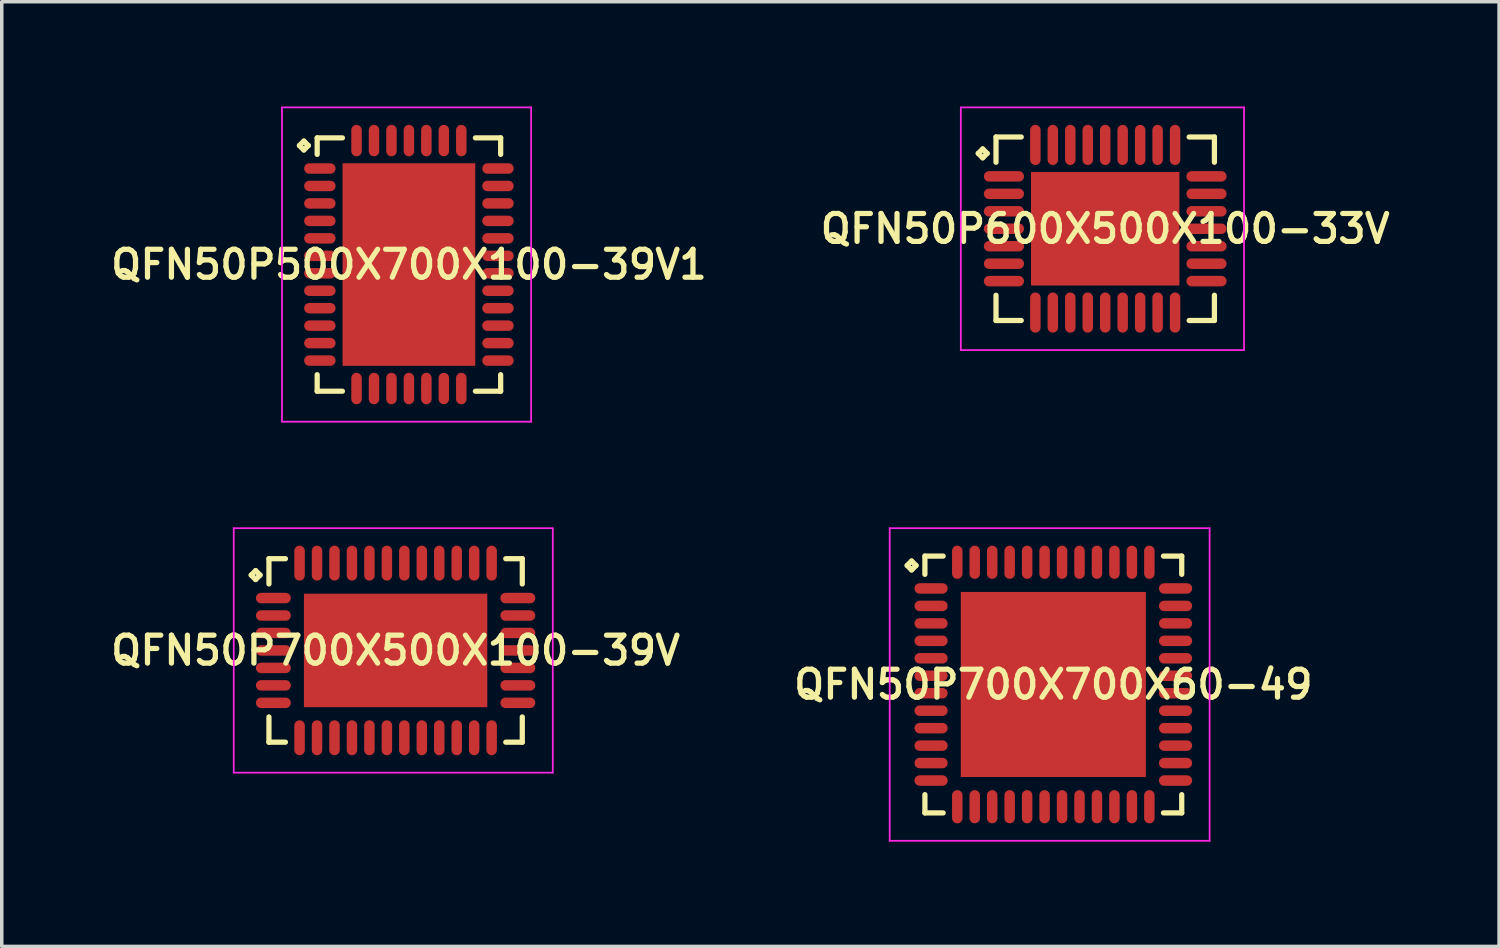
<source format=kicad_pcb>
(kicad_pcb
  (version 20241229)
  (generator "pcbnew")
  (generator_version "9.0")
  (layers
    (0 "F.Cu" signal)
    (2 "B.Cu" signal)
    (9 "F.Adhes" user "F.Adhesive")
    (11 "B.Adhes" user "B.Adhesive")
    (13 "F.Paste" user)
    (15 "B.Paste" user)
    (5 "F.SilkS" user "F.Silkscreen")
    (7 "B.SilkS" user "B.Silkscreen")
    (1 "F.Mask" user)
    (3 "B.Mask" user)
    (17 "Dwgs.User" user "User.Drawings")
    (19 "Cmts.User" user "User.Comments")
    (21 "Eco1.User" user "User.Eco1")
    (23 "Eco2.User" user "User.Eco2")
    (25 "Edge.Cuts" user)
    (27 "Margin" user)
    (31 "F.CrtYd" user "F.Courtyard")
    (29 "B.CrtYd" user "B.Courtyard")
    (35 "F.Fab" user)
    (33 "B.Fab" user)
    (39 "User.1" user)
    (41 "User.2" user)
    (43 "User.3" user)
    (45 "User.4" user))
  (footprint "QFN50P500X700X100-39V1"
    (layer "F.Cu")
    (at 8.659 4.525)
    (property "Reference" "QFN50P500X700X100-39V1" (at 0 0 0) (layer "F.SilkS") (effects (font (size 0.8 0.8) (thickness 0.15))))
    (attr smd)
    (fp_line (start -3.135 -3.408) (end -3.008 -3.535) (stroke (width 0.15) (type solid)) (layer "F.SilkS"))
    (fp_line (start -3.008 -3.535) (end -2.881 -3.408) (stroke (width 0.15) (type solid)) (layer "F.SilkS"))
    (fp_line (start -3.008 -3.281) (end -3.135 -3.408) (stroke (width 0.15) (type solid)) (layer "F.SilkS"))
    (fp_line (start -2.881 -3.408) (end -3.008 -3.281) (stroke (width 0.15) (type solid)) (layer "F.SilkS"))
    (fp_line (start -2.627 -3.627) (end -1.904 -3.627) (stroke (width 0.15) (type solid)) (layer "F.SilkS"))
    (fp_line (start -2.627 -3.154) (end -2.627 -3.627) (stroke (width 0.15) (type solid)) (layer "F.SilkS"))
    (fp_line (start -2.627 3.154) (end -2.627 3.627) (stroke (width 0.15) (type solid)) (layer "F.SilkS"))
    (fp_line (start -2.627 3.627) (end -1.904 3.627) (stroke (width 0.15) (type solid)) (layer "F.SilkS"))
    (fp_line (start 1.904 -3.627) (end 2.627 -3.627) (stroke (width 0.15) (type solid)) (layer "F.SilkS"))
    (fp_line (start 1.904 3.627) (end 2.627 3.627) (stroke (width 0.15) (type solid)) (layer "F.SilkS"))
    (fp_line (start 2.627 -3.627) (end 2.627 -3.154) (stroke (width 0.15) (type solid)) (layer "F.SilkS"))
    (fp_line (start 2.627 3.627) (end 2.627 3.154) (stroke (width 0.15) (type solid)) (layer "F.SilkS"))
    (fp_line (start -3.635 -4.5) (end 3.5 -4.5) (stroke (width 0.05) (type solid)) (layer "F.CrtYd"))
    (fp_line (start -3.635 4.5) (end -3.635 -4.5) (stroke (width 0.05) (type solid)) (layer "F.CrtYd"))
    (fp_line (start 3.5 -4.5) (end 3.5 4.5) (stroke (width 0.05) (type solid)) (layer "F.CrtYd"))
    (fp_line (start 3.5 4.5) (end -3.635 4.5) (stroke (width 0.05) (type solid)) (layer "F.CrtYd"))
    (pad "1" smd oval (at -2.55 -2.75) (size 0.9 0.3) (layers "F.Cu" "F.Mask" "F.Paste"))
    (pad "2" smd oval (at -2.55 -2.25) (size 0.9 0.3) (layers "F.Cu" "F.Mask" "F.Paste"))
    (pad "3" smd oval (at -2.55 -1.75) (size 0.9 0.3) (layers "F.Cu" "F.Mask" "F.Paste"))
    (pad "4" smd oval (at -2.55 -1.25) (size 0.9 0.3) (layers "F.Cu" "F.Mask" "F.Paste"))
    (pad "5" smd oval (at -2.55 -0.75) (size 0.9 0.3) (layers "F.Cu" "F.Mask" "F.Paste"))
    (pad "6" smd oval (at -2.55 -0.25) (size 0.9 0.3) (layers "F.Cu" "F.Mask" "F.Paste"))
    (pad "7" smd oval (at -2.55 0.25) (size 0.9 0.3) (layers "F.Cu" "F.Mask" "F.Paste"))
    (pad "8" smd oval (at -2.55 0.75) (size 0.9 0.3) (layers "F.Cu" "F.Mask" "F.Paste"))
    (pad "9" smd oval (at -2.55 1.25) (size 0.9 0.3) (layers "F.Cu" "F.Mask" "F.Paste"))
    (pad "10" smd oval (at -2.55 1.75) (size 0.9 0.3) (layers "F.Cu" "F.Mask" "F.Paste"))
    (pad "11" smd oval (at -2.55 2.25) (size 0.9 0.3) (layers "F.Cu" "F.Mask" "F.Paste"))
    (pad "12" smd oval (at -2.55 2.75) (size 0.9 0.3) (layers "F.Cu" "F.Mask" "F.Paste"))
    (pad "13" smd oval (at -1.5 3.55) (size 0.3 0.9) (layers "F.Cu" "F.Mask" "F.Paste"))
    (pad "14" smd oval (at -1 3.55) (size 0.3 0.9) (layers "F.Cu" "F.Mask" "F.Paste"))
    (pad "15" smd oval (at -0.5 3.55) (size 0.3 0.9) (layers "F.Cu" "F.Mask" "F.Paste"))
    (pad "16" smd oval (at 0 3.55) (size 0.3 0.9) (layers "F.Cu" "F.Mask" "F.Paste"))
    (pad "17" smd oval (at 0.5 3.55) (size 0.3 0.9) (layers "F.Cu" "F.Mask" "F.Paste"))
    (pad "18" smd oval (at 1 3.55) (size 0.3 0.9) (layers "F.Cu" "F.Mask" "F.Paste"))
    (pad "19" smd oval (at 1.5 3.55) (size 0.3 0.9) (layers "F.Cu" "F.Mask" "F.Paste"))
    (pad "20" smd oval (at 2.55 2.75) (size 0.9 0.3) (layers "F.Cu" "F.Mask" "F.Paste"))
    (pad "21" smd oval (at 2.55 2.25) (size 0.9 0.3) (layers "F.Cu" "F.Mask" "F.Paste"))
    (pad "22" smd oval (at 2.55 1.75) (size 0.9 0.3) (layers "F.Cu" "F.Mask" "F.Paste"))
    (pad "23" smd oval (at 2.55 1.25) (size 0.9 0.3) (layers "F.Cu" "F.Mask" "F.Paste"))
    (pad "24" smd oval (at 2.55 0.75) (size 0.9 0.3) (layers "F.Cu" "F.Mask" "F.Paste"))
    (pad "25" smd oval (at 2.55 0.25) (size 0.9 0.3) (layers "F.Cu" "F.Mask" "F.Paste"))
    (pad "26" smd oval (at 2.55 -0.25) (size 0.9 0.3) (layers "F.Cu" "F.Mask" "F.Paste"))
    (pad "27" smd oval (at 2.55 -0.75) (size 0.9 0.3) (layers "F.Cu" "F.Mask" "F.Paste"))
    (pad "28" smd oval (at 2.55 -1.25) (size 0.9 0.3) (layers "F.Cu" "F.Mask" "F.Paste"))
    (pad "29" smd oval (at 2.55 -1.75) (size 0.9 0.3) (layers "F.Cu" "F.Mask" "F.Paste"))
    (pad "30" smd oval (at 2.55 -2.25) (size 0.9 0.3) (layers "F.Cu" "F.Mask" "F.Paste"))
    (pad "31" smd oval (at 2.55 -2.75) (size 0.9 0.3) (layers "F.Cu" "F.Mask" "F.Paste"))
    (pad "32" smd oval (at 1.5 -3.55) (size 0.3 0.9) (layers "F.Cu" "F.Mask" "F.Paste"))
    (pad "33" smd oval (at 1 -3.55) (size 0.3 0.9) (layers "F.Cu" "F.Mask" "F.Paste"))
    (pad "34" smd oval (at 0.5 -3.55) (size 0.3 0.9) (layers "F.Cu" "F.Mask" "F.Paste"))
    (pad "35" smd oval (at 0 -3.55) (size 0.3 0.9) (layers "F.Cu" "F.Mask" "F.Paste"))
    (pad "36" smd oval (at -0.5 -3.55) (size 0.3 0.9) (layers "F.Cu" "F.Mask" "F.Paste"))
    (pad "37" smd oval (at -1 -3.55) (size 0.3 0.9) (layers "F.Cu" "F.Mask" "F.Paste"))
    (pad "38" smd oval (at -1.5 -3.55) (size 0.3 0.9) (layers "F.Cu" "F.Mask" "F.Paste"))
    (pad "39" smd rect (at 0 0) (size 3.8 5.8) (layers "F.Cu" "F.Mask" "F.Paste")))
  (footprint "QFN50P700X500X100-39V"
    (layer "F.Cu")
    (at 8.278 15.575)
    (property "Reference" "QFN50P700X500X100-39V" (at 0 0 0) (layer "F.SilkS") (effects (font (size 0.8 0.8) (thickness 0.15))))
    (attr smd)
    (fp_line (start -4.135 -2.158) (end -4.008 -2.285) (stroke (width 0.15) (type solid)) (layer "F.SilkS"))
    (fp_line (start -4.008 -2.285) (end -3.881 -2.158) (stroke (width 0.15) (type solid)) (layer "F.SilkS"))
    (fp_line (start -4.008 -2.031) (end -4.135 -2.158) (stroke (width 0.15) (type solid)) (layer "F.SilkS"))
    (fp_line (start -3.881 -2.158) (end -4.008 -2.031) (stroke (width 0.15) (type solid)) (layer "F.SilkS"))
    (fp_line (start -3.627 -2.627) (end -3.154 -2.627) (stroke (width 0.15) (type solid)) (layer "F.SilkS"))
    (fp_line (start -3.627 -1.904) (end -3.627 -2.627) (stroke (width 0.15) (type solid)) (layer "F.SilkS"))
    (fp_line (start -3.627 1.904) (end -3.627 2.627) (stroke (width 0.15) (type solid)) (layer "F.SilkS"))
    (fp_line (start -3.627 2.627) (end -3.154 2.627) (stroke (width 0.15) (type solid)) (layer "F.SilkS"))
    (fp_line (start 3.154 -2.627) (end 3.627 -2.627) (stroke (width 0.15) (type solid)) (layer "F.SilkS"))
    (fp_line (start 3.154 2.627) (end 3.627 2.627) (stroke (width 0.15) (type solid)) (layer "F.SilkS"))
    (fp_line (start 3.627 -2.627) (end 3.627 -1.904) (stroke (width 0.15) (type solid)) (layer "F.SilkS"))
    (fp_line (start 3.627 2.627) (end 3.627 1.904) (stroke (width 0.15) (type solid)) (layer "F.SilkS"))
    (fp_line (start -4.635 -3.5) (end 4.5 -3.5) (stroke (width 0.05) (type solid)) (layer "F.CrtYd"))
    (fp_line (start -4.635 3.5) (end -4.635 -3.5) (stroke (width 0.05) (type solid)) (layer "F.CrtYd"))
    (fp_line (start 4.5 -3.5) (end 4.5 3.5) (stroke (width 0.05) (type solid)) (layer "F.CrtYd"))
    (fp_line (start 4.5 3.5) (end -4.635 3.5) (stroke (width 0.05) (type solid)) (layer "F.CrtYd"))
    (pad "1" smd oval (at -3.5 -1.5) (size 1 0.3) (layers "F.Cu" "F.Mask" "F.Paste"))
    (pad "2" smd oval (at -3.5 -1) (size 1 0.3) (layers "F.Cu" "F.Mask" "F.Paste"))
    (pad "3" smd oval (at -3.5 -0.5) (size 1 0.3) (layers "F.Cu" "F.Mask" "F.Paste"))
    (pad "4" smd oval (at -3.5 0) (size 1 0.3) (layers "F.Cu" "F.Mask" "F.Paste"))
    (pad "5" smd oval (at -3.5 0.5) (size 1 0.3) (layers "F.Cu" "F.Mask" "F.Paste"))
    (pad "6" smd oval (at -3.5 1) (size 1 0.3) (layers "F.Cu" "F.Mask" "F.Paste"))
    (pad "7" smd oval (at -3.5 1.5) (size 1 0.3) (layers "F.Cu" "F.Mask" "F.Paste"))
    (pad "8" smd oval (at -2.75 2.5) (size 0.3 1) (layers "F.Cu" "F.Mask" "F.Paste"))
    (pad "9" smd oval (at -2.25 2.5) (size 0.3 1) (layers "F.Cu" "F.Mask" "F.Paste"))
    (pad "10" smd oval (at -1.75 2.5) (size 0.3 1) (layers "F.Cu" "F.Mask" "F.Paste"))
    (pad "11" smd oval (at -1.25 2.5) (size 0.3 1) (layers "F.Cu" "F.Mask" "F.Paste"))
    (pad "12" smd oval (at -0.75 2.5) (size 0.3 1) (layers "F.Cu" "F.Mask" "F.Paste"))
    (pad "13" smd oval (at -0.25 2.5) (size 0.3 1) (layers "F.Cu" "F.Mask" "F.Paste"))
    (pad "14" smd oval (at 0.25 2.5) (size 0.3 1) (layers "F.Cu" "F.Mask" "F.Paste"))
    (pad "15" smd oval (at 0.75 2.5) (size 0.3 1) (layers "F.Cu" "F.Mask" "F.Paste"))
    (pad "16" smd oval (at 1.25 2.5) (size 0.3 1) (layers "F.Cu" "F.Mask" "F.Paste"))
    (pad "17" smd oval (at 1.75 2.5) (size 0.3 1) (layers "F.Cu" "F.Mask" "F.Paste"))
    (pad "18" smd oval (at 2.25 2.5) (size 0.3 1) (layers "F.Cu" "F.Mask" "F.Paste"))
    (pad "19" smd oval (at 2.75 2.5) (size 0.3 1) (layers "F.Cu" "F.Mask" "F.Paste"))
    (pad "20" smd oval (at 3.5 1.5) (size 1 0.3) (layers "F.Cu" "F.Mask" "F.Paste"))
    (pad "21" smd oval (at 3.5 1) (size 1 0.3) (layers "F.Cu" "F.Mask" "F.Paste"))
    (pad "22" smd oval (at 3.5 0.5) (size 1 0.3) (layers "F.Cu" "F.Mask" "F.Paste"))
    (pad "23" smd oval (at 3.5 0) (size 1 0.3) (layers "F.Cu" "F.Mask" "F.Paste"))
    (pad "24" smd oval (at 3.5 -0.5) (size 1 0.3) (layers "F.Cu" "F.Mask" "F.Paste"))
    (pad "25" smd oval (at 3.5 -1) (size 1 0.3) (layers "F.Cu" "F.Mask" "F.Paste"))
    (pad "26" smd oval (at 3.5 -1.5) (size 1 0.3) (layers "F.Cu" "F.Mask" "F.Paste"))
    (pad "27" smd oval (at 2.75 -2.5) (size 0.3 1) (layers "F.Cu" "F.Mask" "F.Paste"))
    (pad "28" smd oval (at 2.25 -2.5) (size 0.3 1) (layers "F.Cu" "F.Mask" "F.Paste"))
    (pad "29" smd oval (at 1.75 -2.5) (size 0.3 1) (layers "F.Cu" "F.Mask" "F.Paste"))
    (pad "30" smd oval (at 1.25 -2.5) (size 0.3 1) (layers "F.Cu" "F.Mask" "F.Paste"))
    (pad "31" smd oval (at 0.75 -2.5) (size 0.3 1) (layers "F.Cu" "F.Mask" "F.Paste"))
    (pad "32" smd oval (at 0.25 -2.5) (size 0.3 1) (layers "F.Cu" "F.Mask" "F.Paste"))
    (pad "33" smd oval (at -0.25 -2.5) (size 0.3 1) (layers "F.Cu" "F.Mask" "F.Paste"))
    (pad "34" smd oval (at -0.75 -2.5) (size 0.3 1) (layers "F.Cu" "F.Mask" "F.Paste"))
    (pad "35" smd oval (at -1.25 -2.5) (size 0.3 1) (layers "F.Cu" "F.Mask" "F.Paste"))
    (pad "36" smd oval (at -1.75 -2.5) (size 0.3 1) (layers "F.Cu" "F.Mask" "F.Paste"))
    (pad "37" smd oval (at -2.25 -2.5) (size 0.3 1) (layers "F.Cu" "F.Mask" "F.Paste"))
    (pad "38" smd oval (at -2.75 -2.5) (size 0.3 1) (layers "F.Cu" "F.Mask" "F.Paste"))
    (pad "39" smd rect (at 0 0) (size 5.25 3.25) (layers "F.Cu" "F.Mask" "F.Paste")))
  (footprint "QFN50P600X500X100-33V"
    (layer "F.Cu")
    (at 28.597 3.5)
    (property "Reference" "QFN50P600X500X100-33V" (at 0 0 0) (layer "F.SilkS") (effects (font (size 0.8 0.8) (thickness 0.15))))
    (attr smd)
    (fp_line (start -3.635 -2.158) (end -3.508 -2.285) (stroke (width 0.15) (type solid)) (layer "F.SilkS"))
    (fp_line (start -3.508 -2.285) (end -3.381 -2.158) (stroke (width 0.15) (type solid)) (layer "F.SilkS"))
    (fp_line (start -3.508 -2.031) (end -3.635 -2.158) (stroke (width 0.15) (type solid)) (layer "F.SilkS"))
    (fp_line (start -3.381 -2.158) (end -3.508 -2.031) (stroke (width 0.15) (type solid)) (layer "F.SilkS"))
    (fp_line (start -3.127 -2.627) (end -2.404 -2.627) (stroke (width 0.15) (type solid)) (layer "F.SilkS"))
    (fp_line (start -3.127 -1.904) (end -3.127 -2.627) (stroke (width 0.15) (type solid)) (layer "F.SilkS"))
    (fp_line (start -3.127 1.904) (end -3.127 2.627) (stroke (width 0.15) (type solid)) (layer "F.SilkS"))
    (fp_line (start -3.127 2.627) (end -2.404 2.627) (stroke (width 0.15) (type solid)) (layer "F.SilkS"))
    (fp_line (start 2.404 -2.627) (end 3.127 -2.627) (stroke (width 0.15) (type solid)) (layer "F.SilkS"))
    (fp_line (start 2.404 2.627) (end 3.127 2.627) (stroke (width 0.15) (type solid)) (layer "F.SilkS"))
    (fp_line (start 3.127 -2.627) (end 3.127 -1.904) (stroke (width 0.15) (type solid)) (layer "F.SilkS"))
    (fp_line (start 3.127 2.627) (end 3.127 1.904) (stroke (width 0.15) (type solid)) (layer "F.SilkS"))
    (fp_line (start -4.135 -3.475) (end 3.975 -3.475) (stroke (width 0.05) (type solid)) (layer "F.CrtYd"))
    (fp_line (start -4.135 3.475) (end -4.135 -3.475) (stroke (width 0.05) (type solid)) (layer "F.CrtYd"))
    (fp_line (start 3.975 -3.475) (end 3.975 3.475) (stroke (width 0.05) (type solid)) (layer "F.CrtYd"))
    (fp_line (start 3.975 3.475) (end -4.135 3.475) (stroke (width 0.05) (type solid)) (layer "F.CrtYd"))
    (pad "1" smd oval (at -2.9 -1.5) (size 1.15 0.3) (layers "F.Cu" "F.Mask" "F.Paste"))
    (pad "2" smd oval (at -2.9 -1) (size 1.15 0.3) (layers "F.Cu" "F.Mask" "F.Paste"))
    (pad "3" smd oval (at -2.9 -0.5) (size 1.15 0.3) (layers "F.Cu" "F.Mask" "F.Paste"))
    (pad "4" smd oval (at -2.9 0) (size 1.15 0.3) (layers "F.Cu" "F.Mask" "F.Paste"))
    (pad "5" smd oval (at -2.9 0.5) (size 1.15 0.3) (layers "F.Cu" "F.Mask" "F.Paste"))
    (pad "6" smd oval (at -2.9 1) (size 1.15 0.3) (layers "F.Cu" "F.Mask" "F.Paste"))
    (pad "7" smd oval (at -2.9 1.5) (size 1.15 0.3) (layers "F.Cu" "F.Mask" "F.Paste"))
    (pad "8" smd oval (at -2 2.4) (size 0.3 1.15) (layers "F.Cu" "F.Mask" "F.Paste"))
    (pad "9" smd oval (at -1.5 2.4) (size 0.3 1.15) (layers "F.Cu" "F.Mask" "F.Paste"))
    (pad "10" smd oval (at -1 2.4) (size 0.3 1.15) (layers "F.Cu" "F.Mask" "F.Paste"))
    (pad "11" smd oval (at -0.5 2.4) (size 0.3 1.15) (layers "F.Cu" "F.Mask" "F.Paste"))
    (pad "12" smd oval (at 0 2.4) (size 0.3 1.15) (layers "F.Cu" "F.Mask" "F.Paste"))
    (pad "13" smd oval (at 0.5 2.4) (size 0.3 1.15) (layers "F.Cu" "F.Mask" "F.Paste"))
    (pad "14" smd oval (at 1 2.4) (size 0.3 1.15) (layers "F.Cu" "F.Mask" "F.Paste"))
    (pad "15" smd oval (at 1.5 2.4) (size 0.3 1.15) (layers "F.Cu" "F.Mask" "F.Paste"))
    (pad "16" smd oval (at 2 2.4) (size 0.3 1.15) (layers "F.Cu" "F.Mask" "F.Paste"))
    (pad "17" smd oval (at 2.9 1.5) (size 1.15 0.3) (layers "F.Cu" "F.Mask" "F.Paste"))
    (pad "18" smd oval (at 2.9 1) (size 1.15 0.3) (layers "F.Cu" "F.Mask" "F.Paste"))
    (pad "19" smd oval (at 2.9 0.5) (size 1.15 0.3) (layers "F.Cu" "F.Mask" "F.Paste"))
    (pad "20" smd oval (at 2.9 0) (size 1.15 0.3) (layers "F.Cu" "F.Mask" "F.Paste"))
    (pad "21" smd oval (at 2.9 -0.5) (size 1.15 0.3) (layers "F.Cu" "F.Mask" "F.Paste"))
    (pad "22" smd oval (at 2.9 -1) (size 1.15 0.3) (layers "F.Cu" "F.Mask" "F.Paste"))
    (pad "23" smd oval (at 2.9 -1.5) (size 1.15 0.3) (layers "F.Cu" "F.Mask" "F.Paste"))
    (pad "24" smd oval (at 2 -2.4) (size 0.3 1.15) (layers "F.Cu" "F.Mask" "F.Paste"))
    (pad "25" smd oval (at 1.5 -2.4) (size 0.3 1.15) (layers "F.Cu" "F.Mask" "F.Paste"))
    (pad "26" smd oval (at 1 -2.4) (size 0.3 1.15) (layers "F.Cu" "F.Mask" "F.Paste"))
    (pad "27" smd oval (at 0.5 -2.4) (size 0.3 1.15) (layers "F.Cu" "F.Mask" "F.Paste"))
    (pad "28" smd oval (at 0 -2.4) (size 0.3 1.15) (layers "F.Cu" "F.Mask" "F.Paste"))
    (pad "29" smd oval (at -0.5 -2.4) (size 0.3 1.15) (layers "F.Cu" "F.Mask" "F.Paste"))
    (pad "30" smd oval (at -1 -2.4) (size 0.3 1.15) (layers "F.Cu" "F.Mask" "F.Paste"))
    (pad "31" smd oval (at -1.5 -2.4) (size 0.3 1.15) (layers "F.Cu" "F.Mask" "F.Paste"))
    (pad "32" smd oval (at -2 -2.4) (size 0.3 1.15) (layers "F.Cu" "F.Mask" "F.Paste"))
    (pad "33" smd rect (at 0 0) (size 4.25 3.25) (layers "F.Cu" "F.Mask" "F.Paste")))
  (footprint "QFN50P700X700X60-49"
    (layer "F.Cu")
    (at 27.111 16.55)
    (property "Reference" "QFN50P700X700X60-49" (at 0 0 0) (layer "F.SilkS") (effects (font (size 0.8 0.8) (thickness 0.15))))
    (attr smd)
    (fp_line (start -4.185 -3.408) (end -4.058 -3.535) (stroke (width 0.15) (type solid)) (layer "F.SilkS"))
    (fp_line (start -4.058 -3.535) (end -3.931 -3.408) (stroke (width 0.15) (type solid)) (layer "F.SilkS"))
    (fp_line (start -4.058 -3.281) (end -4.185 -3.408) (stroke (width 0.15) (type solid)) (layer "F.SilkS"))
    (fp_line (start -3.931 -3.408) (end -4.058 -3.281) (stroke (width 0.15) (type solid)) (layer "F.SilkS"))
    (fp_line (start -3.677 -3.677) (end -3.154 -3.677) (stroke (width 0.15) (type solid)) (layer "F.SilkS"))
    (fp_line (start -3.677 -3.154) (end -3.677 -3.677) (stroke (width 0.15) (type solid)) (layer "F.SilkS"))
    (fp_line (start -3.677 3.154) (end -3.677 3.677) (stroke (width 0.15) (type solid)) (layer "F.SilkS"))
    (fp_line (start -3.677 3.677) (end -3.154 3.677) (stroke (width 0.15) (type solid)) (layer "F.SilkS"))
    (fp_line (start 3.154 -3.677) (end 3.677 -3.677) (stroke (width 0.15) (type solid)) (layer "F.SilkS"))
    (fp_line (start 3.154 3.677) (end 3.677 3.677) (stroke (width 0.15) (type solid)) (layer "F.SilkS"))
    (fp_line (start 3.677 -3.677) (end 3.677 -3.154) (stroke (width 0.15) (type solid)) (layer "F.SilkS"))
    (fp_line (start 3.677 3.677) (end 3.677 3.154) (stroke (width 0.15) (type solid)) (layer "F.SilkS"))
    (fp_line (start -4.685 -4.475) (end 4.475 -4.475) (stroke (width 0.05) (type solid)) (layer "F.CrtYd"))
    (fp_line (start -4.685 4.475) (end -4.685 -4.475) (stroke (width 0.05) (type solid)) (layer "F.CrtYd"))
    (fp_line (start 4.475 -4.475) (end 4.475 4.475) (stroke (width 0.05) (type solid)) (layer "F.CrtYd"))
    (fp_line (start 4.475 4.475) (end -4.685 4.475) (stroke (width 0.05) (type solid)) (layer "F.CrtYd"))
    (pad "1" smd oval (at -3.5 -2.75) (size 0.95 0.3) (layers "F.Cu" "F.Mask" "F.Paste"))
    (pad "2" smd oval (at -3.5 -2.25) (size 0.95 0.3) (layers "F.Cu" "F.Mask" "F.Paste"))
    (pad "3" smd oval (at -3.5 -1.75) (size 0.95 0.3) (layers "F.Cu" "F.Mask" "F.Paste"))
    (pad "4" smd oval (at -3.5 -1.25) (size 0.95 0.3) (layers "F.Cu" "F.Mask" "F.Paste"))
    (pad "5" smd oval (at -3.5 -0.75) (size 0.95 0.3) (layers "F.Cu" "F.Mask" "F.Paste"))
    (pad "6" smd oval (at -3.5 -0.25) (size 0.95 0.3) (layers "F.Cu" "F.Mask" "F.Paste"))
    (pad "7" smd oval (at -3.5 0.25) (size 0.95 0.3) (layers "F.Cu" "F.Mask" "F.Paste"))
    (pad "8" smd oval (at -3.5 0.75) (size 0.95 0.3) (layers "F.Cu" "F.Mask" "F.Paste"))
    (pad "9" smd oval (at -3.5 1.25) (size 0.95 0.3) (layers "F.Cu" "F.Mask" "F.Paste"))
    (pad "10" smd oval (at -3.5 1.75) (size 0.95 0.3) (layers "F.Cu" "F.Mask" "F.Paste"))
    (pad "11" smd oval (at -3.5 2.25) (size 0.95 0.3) (layers "F.Cu" "F.Mask" "F.Paste"))
    (pad "12" smd oval (at -3.5 2.75) (size 0.95 0.3) (layers "F.Cu" "F.Mask" "F.Paste"))
    (pad "13" smd oval (at -2.75 3.5) (size 0.3 0.95) (layers "F.Cu" "F.Mask" "F.Paste"))
    (pad "14" smd oval (at -2.25 3.5) (size 0.3 0.95) (layers "F.Cu" "F.Mask" "F.Paste"))
    (pad "15" smd oval (at -1.75 3.5) (size 0.3 0.95) (layers "F.Cu" "F.Mask" "F.Paste"))
    (pad "16" smd oval (at -1.25 3.5) (size 0.3 0.95) (layers "F.Cu" "F.Mask" "F.Paste"))
    (pad "17" smd oval (at -0.75 3.5) (size 0.3 0.95) (layers "F.Cu" "F.Mask" "F.Paste"))
    (pad "18" smd oval (at -0.25 3.5) (size 0.3 0.95) (layers "F.Cu" "F.Mask" "F.Paste"))
    (pad "19" smd oval (at 0.25 3.5) (size 0.3 0.95) (layers "F.Cu" "F.Mask" "F.Paste"))
    (pad "20" smd oval (at 0.75 3.5) (size 0.3 0.95) (layers "F.Cu" "F.Mask" "F.Paste"))
    (pad "21" smd oval (at 1.25 3.5) (size 0.3 0.95) (layers "F.Cu" "F.Mask" "F.Paste"))
    (pad "22" smd oval (at 1.75 3.5) (size 0.3 0.95) (layers "F.Cu" "F.Mask" "F.Paste"))
    (pad "23" smd oval (at 2.25 3.5) (size 0.3 0.95) (layers "F.Cu" "F.Mask" "F.Paste"))
    (pad "24" smd oval (at 2.75 3.5) (size 0.3 0.95) (layers "F.Cu" "F.Mask" "F.Paste"))
    (pad "25" smd oval (at 3.5 2.75) (size 0.95 0.3) (layers "F.Cu" "F.Mask" "F.Paste"))
    (pad "26" smd oval (at 3.5 2.25) (size 0.95 0.3) (layers "F.Cu" "F.Mask" "F.Paste"))
    (pad "27" smd oval (at 3.5 1.75) (size 0.95 0.3) (layers "F.Cu" "F.Mask" "F.Paste"))
    (pad "28" smd oval (at 3.5 1.25) (size 0.95 0.3) (layers "F.Cu" "F.Mask" "F.Paste"))
    (pad "29" smd oval (at 3.5 0.75) (size 0.95 0.3) (layers "F.Cu" "F.Mask" "F.Paste"))
    (pad "30" smd oval (at 3.5 0.25) (size 0.95 0.3) (layers "F.Cu" "F.Mask" "F.Paste"))
    (pad "31" smd oval (at 3.5 -0.25) (size 0.95 0.3) (layers "F.Cu" "F.Mask" "F.Paste"))
    (pad "32" smd oval (at 3.5 -0.75) (size 0.95 0.3) (layers "F.Cu" "F.Mask" "F.Paste"))
    (pad "33" smd oval (at 3.5 -1.25) (size 0.95 0.3) (layers "F.Cu" "F.Mask" "F.Paste"))
    (pad "34" smd oval (at 3.5 -1.75) (size 0.95 0.3) (layers "F.Cu" "F.Mask" "F.Paste"))
    (pad "35" smd oval (at 3.5 -2.25) (size 0.95 0.3) (layers "F.Cu" "F.Mask" "F.Paste"))
    (pad "36" smd oval (at 3.5 -2.75) (size 0.95 0.3) (layers "F.Cu" "F.Mask" "F.Paste"))
    (pad "37" smd oval (at 2.75 -3.5) (size 0.3 0.95) (layers "F.Cu" "F.Mask" "F.Paste"))
    (pad "38" smd oval (at 2.25 -3.5) (size 0.3 0.95) (layers "F.Cu" "F.Mask" "F.Paste"))
    (pad "39" smd oval (at 1.75 -3.5) (size 0.3 0.95) (layers "F.Cu" "F.Mask" "F.Paste"))
    (pad "40" smd oval (at 1.25 -3.5) (size 0.3 0.95) (layers "F.Cu" "F.Mask" "F.Paste"))
    (pad "41" smd oval (at 0.75 -3.5) (size 0.3 0.95) (layers "F.Cu" "F.Mask" "F.Paste"))
    (pad "42" smd oval (at 0.25 -3.5) (size 0.3 0.95) (layers "F.Cu" "F.Mask" "F.Paste"))
    (pad "43" smd oval (at -0.25 -3.5) (size 0.3 0.95) (layers "F.Cu" "F.Mask" "F.Paste"))
    (pad "44" smd oval (at -0.75 -3.5) (size 0.3 0.95) (layers "F.Cu" "F.Mask" "F.Paste"))
    (pad "45" smd oval (at -1.25 -3.5) (size 0.3 0.95) (layers "F.Cu" "F.Mask" "F.Paste"))
    (pad "46" smd oval (at -1.75 -3.5) (size 0.3 0.95) (layers "F.Cu" "F.Mask" "F.Paste"))
    (pad "47" smd oval (at -2.25 -3.5) (size 0.3 0.95) (layers "F.Cu" "F.Mask" "F.Paste"))
    (pad "48" smd oval (at -2.75 -3.5) (size 0.3 0.95) (layers "F.Cu" "F.Mask" "F.Paste"))
    (pad "49" smd rect (at 0 0) (size 5.3 5.3) (layers "F.Cu" "F.Mask" "F.Paste")))
  (gr_rect
    (start -3 -3)
    (end 39.875 24.05)
    (stroke (width 0.1) (type default))
    (fill no)
    (layer "Edge.Cuts")))
</source>
